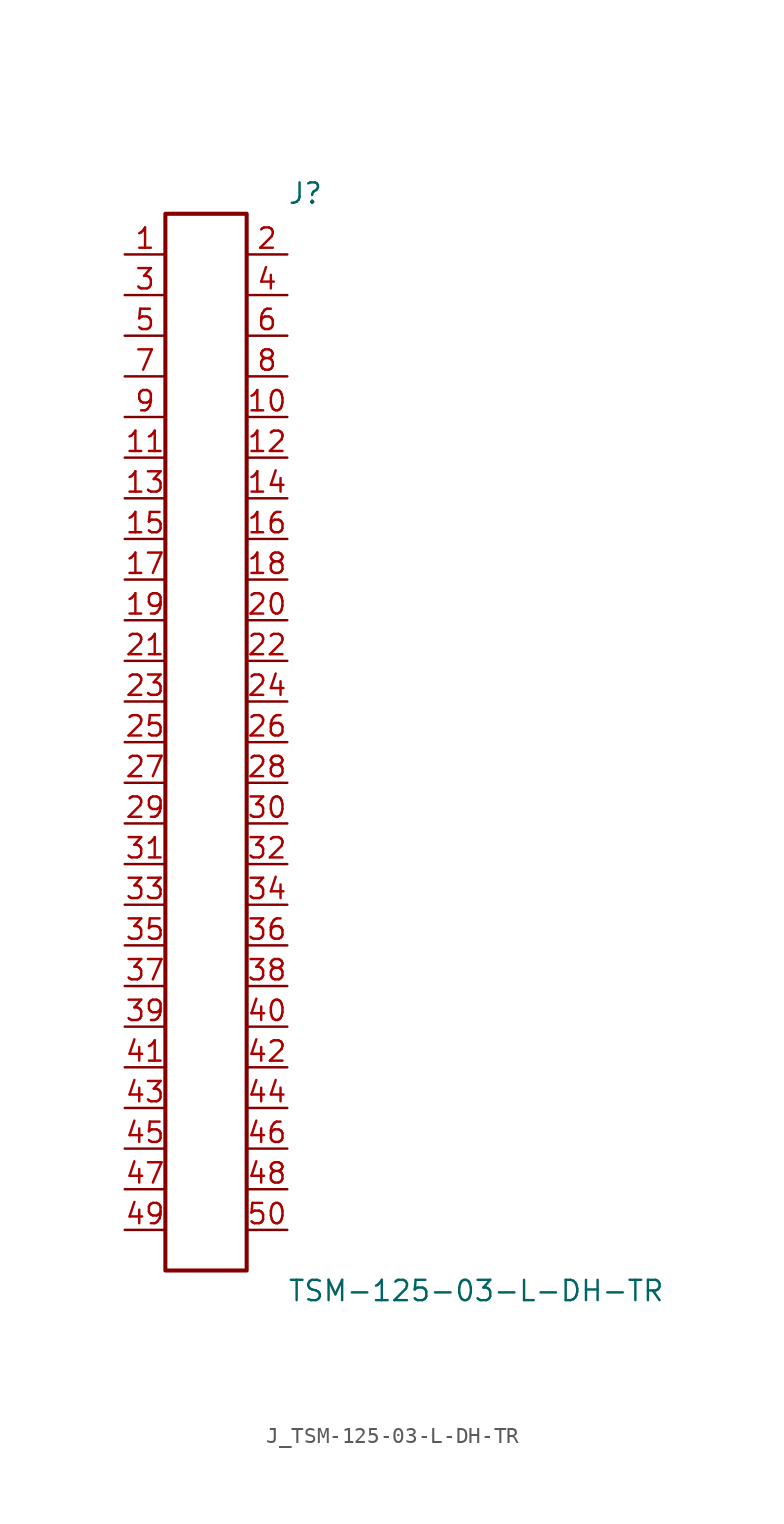
<source format=kicad_sym>
(kicad_symbol_lib
  (version 20231120)
  (generator kicad_symbol_editor)
  (generator_version 8.0)
  (symbol "J_TSM-125-03-L-DH-TR"
    (pin_names
      (offset 0.254))
    (property "Reference" "J"
      (at 5.08 34.29 0)
      (effects (font (size 1.27 1.27)) (justify left)))
    (property "Value" "TSM-125-03-L-DH-TR"
      (at 5.08 -34.29 0)
      (effects (font (size 1.27 1.27)) (justify left)))
    (symbol "J_TSM-125-03-L-DH-TR_0_0"
      (pin passive line (at -5.08 30.48 0) (length 2.54) (name "" (effects (font (size 1.27 1.27)))) (number "1" (effects (font (size 1.27 1.27)))))
      (pin passive line (at 5.08 30.48 180) (length 2.54) (name "" (effects (font (size 1.27 1.27)))) (number "2" (effects (font (size 1.27 1.27)))))
      (pin passive line (at -5.08 27.94 0) (length 2.54) (name "" (effects (font (size 1.27 1.27)))) (number "3" (effects (font (size 1.27 1.27)))))
      (pin passive line (at 5.08 27.94 180) (length 2.54) (name "" (effects (font (size 1.27 1.27)))) (number "4" (effects (font (size 1.27 1.27)))))
      (pin passive line (at -5.08 25.4 0) (length 2.54) (name "" (effects (font (size 1.27 1.27)))) (number "5" (effects (font (size 1.27 1.27)))))
      (pin passive line (at 5.08 25.4 180) (length 2.54) (name "" (effects (font (size 1.27 1.27)))) (number "6" (effects (font (size 1.27 1.27)))))
      (pin passive line (at -5.08 22.86 0) (length 2.54) (name "" (effects (font (size 1.27 1.27)))) (number "7" (effects (font (size 1.27 1.27)))))
      (pin passive line (at 5.08 22.86 180) (length 2.54) (name "" (effects (font (size 1.27 1.27)))) (number "8" (effects (font (size 1.27 1.27)))))
      (pin passive line (at -5.08 20.32 0) (length 2.54) (name "" (effects (font (size 1.27 1.27)))) (number "9" (effects (font (size 1.27 1.27)))))
      (pin passive line (at 5.08 20.32 180) (length 2.54) (name "" (effects (font (size 1.27 1.27)))) (number "10" (effects (font (size 1.27 1.27)))))
      (pin passive line (at -5.08 17.78 0) (length 2.54) (name "" (effects (font (size 1.27 1.27)))) (number "11" (effects (font (size 1.27 1.27)))))
      (pin passive line (at 5.08 17.78 180) (length 2.54) (name "" (effects (font (size 1.27 1.27)))) (number "12" (effects (font (size 1.27 1.27)))))
      (pin passive line (at -5.08 15.24 0) (length 2.54) (name "" (effects (font (size 1.27 1.27)))) (number "13" (effects (font (size 1.27 1.27)))))
      (pin passive line (at 5.08 15.24 180) (length 2.54) (name "" (effects (font (size 1.27 1.27)))) (number "14" (effects (font (size 1.27 1.27)))))
      (pin passive line (at -5.08 12.7 0) (length 2.54) (name "" (effects (font (size 1.27 1.27)))) (number "15" (effects (font (size 1.27 1.27)))))
      (pin passive line (at 5.08 12.7 180) (length 2.54) (name "" (effects (font (size 1.27 1.27)))) (number "16" (effects (font (size 1.27 1.27)))))
      (pin passive line (at -5.08 10.16 0) (length 2.54) (name "" (effects (font (size 1.27 1.27)))) (number "17" (effects (font (size 1.27 1.27)))))
      (pin passive line (at 5.08 10.16 180) (length 2.54) (name "" (effects (font (size 1.27 1.27)))) (number "18" (effects (font (size 1.27 1.27)))))
      (pin passive line (at -5.08 7.62 0) (length 2.54) (name "" (effects (font (size 1.27 1.27)))) (number "19" (effects (font (size 1.27 1.27)))))
      (pin passive line (at 5.08 7.62 180) (length 2.54) (name "" (effects (font (size 1.27 1.27)))) (number "20" (effects (font (size 1.27 1.27)))))
      (pin passive line (at -5.08 5.08 0) (length 2.54) (name "" (effects (font (size 1.27 1.27)))) (number "21" (effects (font (size 1.27 1.27)))))
      (pin passive line (at 5.08 5.08 180) (length 2.54) (name "" (effects (font (size 1.27 1.27)))) (number "22" (effects (font (size 1.27 1.27)))))
      (pin passive line (at -5.08 2.54 0) (length 2.54) (name "" (effects (font (size 1.27 1.27)))) (number "23" (effects (font (size 1.27 1.27)))))
      (pin passive line (at 5.08 2.54 180) (length 2.54) (name "" (effects (font (size 1.27 1.27)))) (number "24" (effects (font (size 1.27 1.27)))))
      (pin passive line (at -5.08 0.0 0) (length 2.54) (name "" (effects (font (size 1.27 1.27)))) (number "25" (effects (font (size 1.27 1.27)))))
      (pin passive line (at 5.08 0.0 180) (length 2.54) (name "" (effects (font (size 1.27 1.27)))) (number "26" (effects (font (size 1.27 1.27)))))
      (pin passive line (at -5.08 -2.54 0) (length 2.54) (name "" (effects (font (size 1.27 1.27)))) (number "27" (effects (font (size 1.27 1.27)))))
      (pin passive line (at 5.08 -2.54 180) (length 2.54) (name "" (effects (font (size 1.27 1.27)))) (number "28" (effects (font (size 1.27 1.27)))))
      (pin passive line (at -5.08 -5.08 0) (length 2.54) (name "" (effects (font (size 1.27 1.27)))) (number "29" (effects (font (size 1.27 1.27)))))
      (pin passive line (at 5.08 -5.08 180) (length 2.54) (name "" (effects (font (size 1.27 1.27)))) (number "30" (effects (font (size 1.27 1.27)))))
      (pin passive line (at -5.08 -7.62 0) (length 2.54) (name "" (effects (font (size 1.27 1.27)))) (number "31" (effects (font (size 1.27 1.27)))))
      (pin passive line (at 5.08 -7.62 180) (length 2.54) (name "" (effects (font (size 1.27 1.27)))) (number "32" (effects (font (size 1.27 1.27)))))
      (pin passive line (at -5.08 -10.16 0) (length 2.54) (name "" (effects (font (size 1.27 1.27)))) (number "33" (effects (font (size 1.27 1.27)))))
      (pin passive line (at 5.08 -10.16 180) (length 2.54) (name "" (effects (font (size 1.27 1.27)))) (number "34" (effects (font (size 1.27 1.27)))))
      (pin passive line (at -5.08 -12.7 0) (length 2.54) (name "" (effects (font (size 1.27 1.27)))) (number "35" (effects (font (size 1.27 1.27)))))
      (pin passive line (at 5.08 -12.7 180) (length 2.54) (name "" (effects (font (size 1.27 1.27)))) (number "36" (effects (font (size 1.27 1.27)))))
      (pin passive line (at -5.08 -15.24 0) (length 2.54) (name "" (effects (font (size 1.27 1.27)))) (number "37" (effects (font (size 1.27 1.27)))))
      (pin passive line (at 5.08 -15.24 180) (length 2.54) (name "" (effects (font (size 1.27 1.27)))) (number "38" (effects (font (size 1.27 1.27)))))
      (pin passive line (at -5.08 -17.78 0) (length 2.54) (name "" (effects (font (size 1.27 1.27)))) (number "39" (effects (font (size 1.27 1.27)))))
      (pin passive line (at 5.08 -17.78 180) (length 2.54) (name "" (effects (font (size 1.27 1.27)))) (number "40" (effects (font (size 1.27 1.27)))))
      (pin passive line (at -5.08 -20.32 0) (length 2.54) (name "" (effects (font (size 1.27 1.27)))) (number "41" (effects (font (size 1.27 1.27)))))
      (pin passive line (at 5.08 -20.32 180) (length 2.54) (name "" (effects (font (size 1.27 1.27)))) (number "42" (effects (font (size 1.27 1.27)))))
      (pin passive line (at -5.08 -22.86 0) (length 2.54) (name "" (effects (font (size 1.27 1.27)))) (number "43" (effects (font (size 1.27 1.27)))))
      (pin passive line (at 5.08 -22.86 180) (length 2.54) (name "" (effects (font (size 1.27 1.27)))) (number "44" (effects (font (size 1.27 1.27)))))
      (pin passive line (at -5.08 -25.4 0) (length 2.54) (name "" (effects (font (size 1.27 1.27)))) (number "45" (effects (font (size 1.27 1.27)))))
      (pin passive line (at 5.08 -25.4 180) (length 2.54) (name "" (effects (font (size 1.27 1.27)))) (number "46" (effects (font (size 1.27 1.27)))))
      (pin passive line (at -5.08 -27.94 0) (length 2.54) (name "" (effects (font (size 1.27 1.27)))) (number "47" (effects (font (size 1.27 1.27)))))
      (pin passive line (at 5.08 -27.94 180) (length 2.54) (name "" (effects (font (size 1.27 1.27)))) (number "48" (effects (font (size 1.27 1.27)))))
      (pin passive line (at -5.08 -30.48 0) (length 2.54) (name "" (effects (font (size 1.27 1.27)))) (number "49" (effects (font (size 1.27 1.27)))))
      (pin passive line (at 5.08 -30.48 180) (length 2.54) (name "" (effects (font (size 1.27 1.27)))) (number "50" (effects (font (size 1.27 1.27))))))
    (symbol "J_TSM-125-03-L-DH-TR_1_0"
      (rectangle (start -2.54 33.02) (end 2.54 -33.02) (stroke (width 0.254) (type solid)) (fill (type none))))))
</source>
